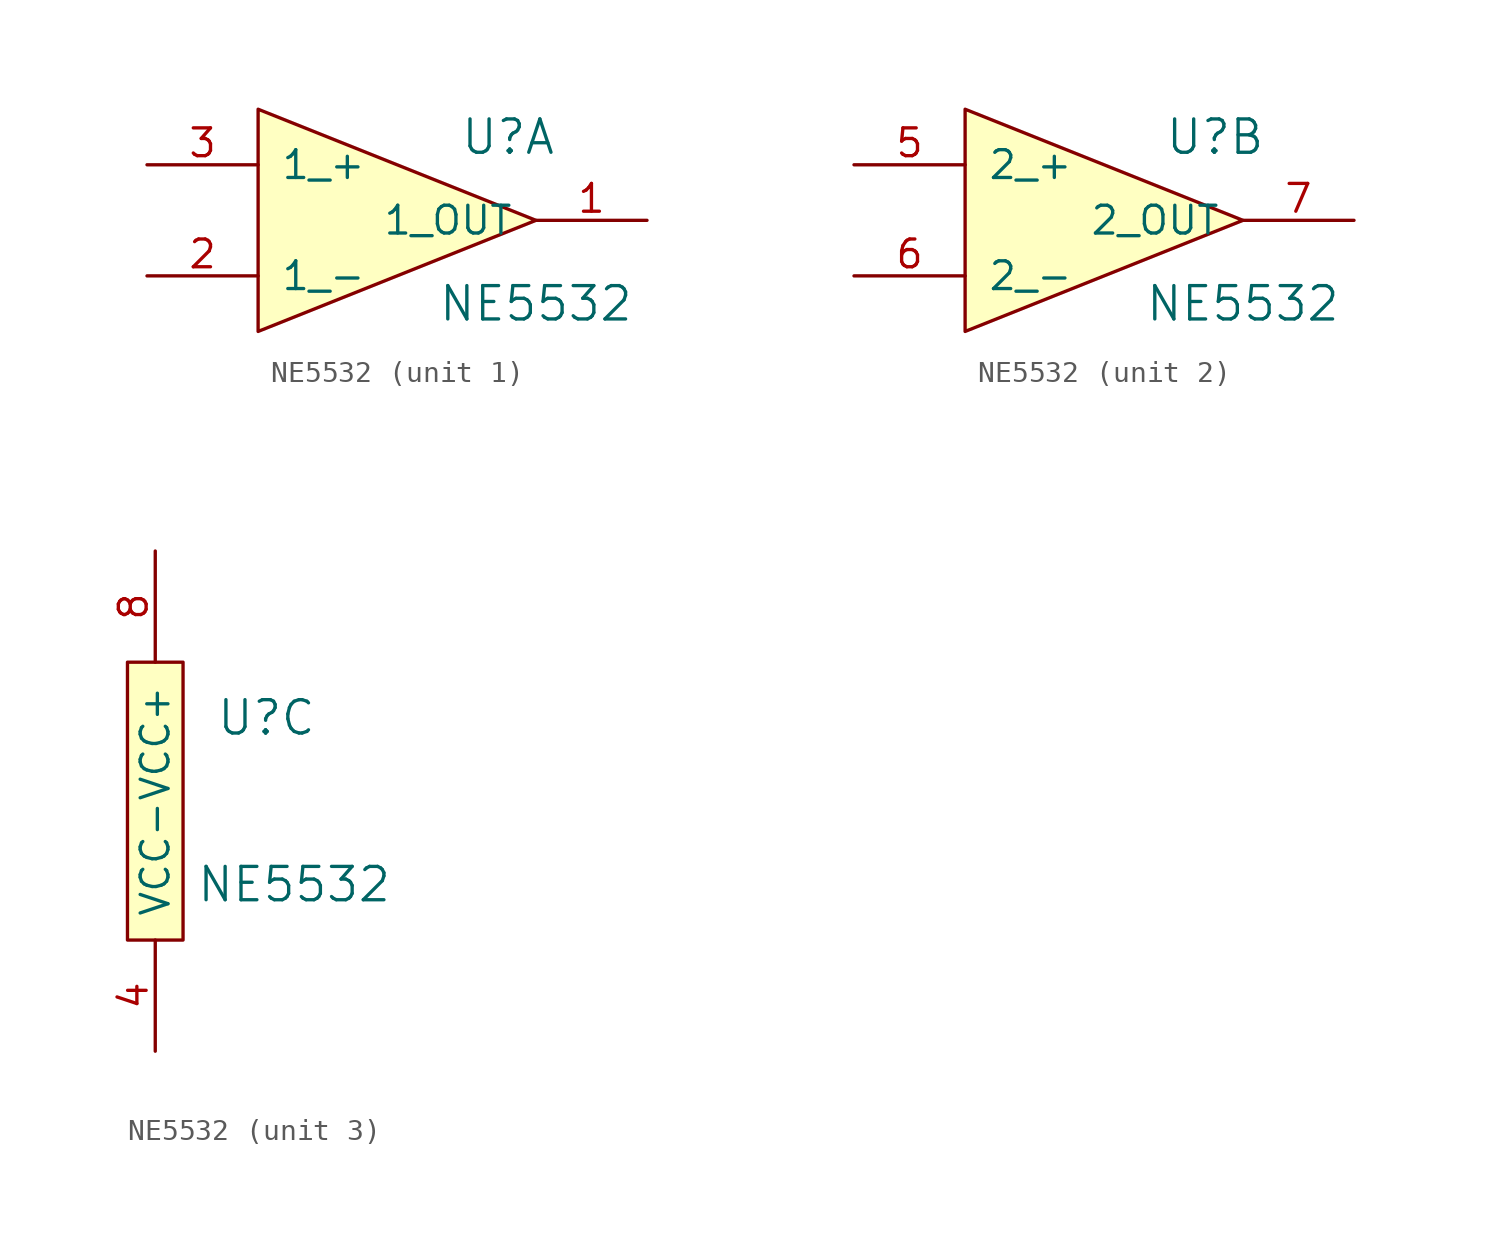
<source format=kicad_sym>
(kicad_symbol_lib
  (version 20211014)
  (generator kicad_symbol_editor)
  (symbol "NE5532"
    (pin_names
      (offset 1.016))
    (property "Reference" "U"
      (at 5.08 3.81 0)
      (effects (font (size 1.524 1.524))))
    (property "Value" "NE5532"
      (at 6.35 -3.81 0)
      (effects (font (size 1.524 1.524))))
    (property "Footprint" ""
      (at 0 0 0)
      (effects (font (size 1.524 1.524))))
    (property "Datasheet" ""
      (at 0 0 0)
      (effects (font (size 1.524 1.524))))
    (property "ki_locked" ""
      (at 0 0 0)
      (effects (font (size 1.27 1.27))))
    (symbol "NE5532_1_1"
      (polyline (pts (xy -6.35 5.08) (xy -6.35 -5.08) (xy 6.35 0) (xy -6.35 5.08)) (stroke (width 0) (type default) (color 0 0 0 0)) (fill (type background)))
      (pin output line (at 11.43 0 180) (length 5.08) (name "1_OUT" (effects (font (size 1.27 1.27)))) (number "1" (effects (font (size 1.27 1.27)))))
      (pin input line (at -11.43 -2.54 0) (length 5.08) (name "1_-" (effects (font (size 1.27 1.27)))) (number "2" (effects (font (size 1.27 1.27)))))
      (pin input line (at -11.43 2.54 0) (length 5.08) (name "1_+" (effects (font (size 1.27 1.27)))) (number "3" (effects (font (size 1.27 1.27))))))
    (symbol "NE5532_2_1"
      (polyline (pts (xy -6.35 5.08) (xy -6.35 -5.08) (xy 6.35 0) (xy -6.35 5.08)) (stroke (width 0) (type default) (color 0 0 0 0)) (fill (type background)))
      (pin input line (at -11.43 2.54 0) (length 5.08) (name "2_+" (effects (font (size 1.27 1.27)))) (number "5" (effects (font (size 1.27 1.27)))))
      (pin input line (at -11.43 -2.54 0) (length 5.08) (name "2_-" (effects (font (size 1.27 1.27)))) (number "6" (effects (font (size 1.27 1.27)))))
      (pin output line (at 11.43 0 180) (length 5.08) (name "2_OUT" (effects (font (size 1.27 1.27)))) (number "7" (effects (font (size 1.27 1.27))))))
    (symbol "NE5532_3_1"
      (polyline (pts (xy -1.27 6.35) (xy -1.27 -6.35) (xy 1.27 -6.35) (xy 1.27 6.35) (xy -1.27 6.35)) (stroke (width 0) (type default) (color 0 0 0 0)) (fill (type background)))
      (pin power_in line (at 0 -11.43 90) (length 5.08) (name "VCC-" (effects (font (size 1.27 1.27)))) (number "4" (effects (font (size 1.27 1.27)))))
      (pin power_in line (at 0 11.43 270) (length 5.08) (name "VCC+" (effects (font (size 1.27 1.27)))) (number "8" (effects (font (size 1.27 1.27))))))))
</source>
